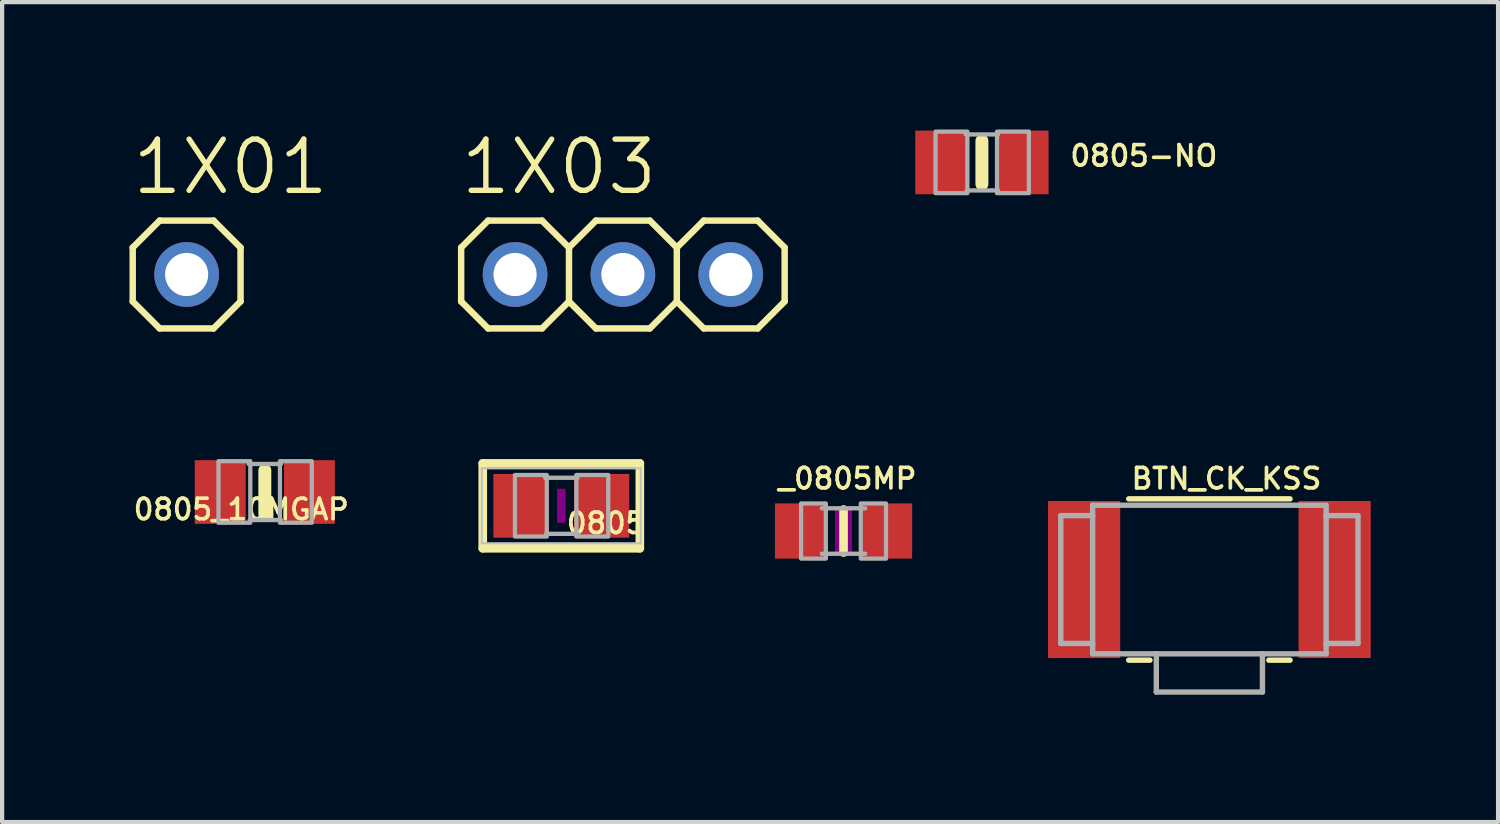
<source format=kicad_pcb>
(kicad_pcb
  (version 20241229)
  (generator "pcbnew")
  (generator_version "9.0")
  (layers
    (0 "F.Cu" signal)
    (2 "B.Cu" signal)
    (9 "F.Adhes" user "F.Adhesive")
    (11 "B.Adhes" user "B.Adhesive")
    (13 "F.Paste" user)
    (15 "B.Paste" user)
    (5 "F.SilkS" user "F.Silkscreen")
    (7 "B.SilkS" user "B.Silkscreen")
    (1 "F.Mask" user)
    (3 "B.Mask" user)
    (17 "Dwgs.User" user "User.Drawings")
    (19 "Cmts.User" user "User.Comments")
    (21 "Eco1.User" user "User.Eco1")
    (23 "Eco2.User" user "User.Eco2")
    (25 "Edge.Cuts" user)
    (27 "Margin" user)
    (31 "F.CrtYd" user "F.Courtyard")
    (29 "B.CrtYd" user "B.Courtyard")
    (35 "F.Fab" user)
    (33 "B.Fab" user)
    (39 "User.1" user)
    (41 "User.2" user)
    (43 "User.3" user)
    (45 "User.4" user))
  (footprint "0805"
    (layer "F.Cu")
    (at 10.171 8.864)
    (property "Reference" "0805" (at 2.032 0.127 0) (layer "F.SilkS") (effects (font (size 0.483 0.483) (thickness 0.087)) (justify right top)))
    (attr through_hole)
    (fp_line (start -1.85 -1) (end 1.85 -1) (stroke (width 0.203) (type solid)) (layer "F.SilkS"))
    (fp_line (start -1.85 1) (end -1.85 -1) (stroke (width 0.203) (type solid)) (layer "F.SilkS"))
    (fp_line (start 1.85 -1) (end 1.85 1) (stroke (width 0.203) (type solid)) (layer "F.SilkS"))
    (fp_line (start 1.85 1) (end -1.85 1) (stroke (width 0.203) (type solid)) (layer "F.SilkS"))
    (fp_poly (pts (xy -0.1 0.4) (xy 0.1 0.4) (xy 0.1 -0.4) (xy -0.1 -0.4)) (stroke (width 0) (type solid)) (fill yes) (layer "F.Adhes"))
    (fp_line (start -1.873 -0.883) (end 1.873 -0.883) (stroke (width 0.051) (type solid)) (layer "Dwgs.User"))
    (fp_line (start -1.873 0.883) (end -1.873 -0.883) (stroke (width 0.051) (type solid)) (layer "Dwgs.User"))
    (fp_line (start 1.873 -0.883) (end 1.873 0.883) (stroke (width 0.051) (type solid)) (layer "Dwgs.User"))
    (fp_line (start 1.873 0.883) (end -1.873 0.883) (stroke (width 0.051) (type solid)) (layer "Dwgs.User"))
    (fp_line (start -0.381 -0.66) (end 0.381 -0.66) (stroke (width 0.102) (type solid)) (layer "F.Fab"))
    (fp_line (start -0.356 0.66) (end 0.381 0.66) (stroke (width 0.102) (type solid)) (layer "F.Fab"))
    (fp_poly (pts (xy -1.092 0.724) (xy -0.342 0.724) (xy -0.342 -0.726) (xy -1.092 -0.726)) (stroke (width 0.1) (type solid)) (fill no) (layer "F.Fab"))
    (fp_poly (pts (xy 0.356 0.724) (xy 1.106 0.724) (xy 1.106 -0.726) (xy 0.356 -0.726)) (stroke (width 0.1) (type solid)) (fill no) (layer "F.Fab"))
    (pad "1" smd rect (at -0.95 0) (size 1.3 1.5) (layers "F.Cu" "F.Mask" "F.Paste"))
    (pad "2" smd rect (at 0.95 0) (size 1.3 1.5) (layers "F.Cu" "F.Mask" "F.Paste")))
  (footprint "0805_10MGAP"
    (layer "F.Cu")
    (at 3.188 8.539)
    (property "Reference" "0805_10MGAP" (at 2.032 0.127 0) (layer "F.SilkS") (effects (font (size 0.483 0.483) (thickness 0.087)) (justify right top)))
    (attr through_hole)
    (fp_line (start 0 -0.508) (end 0 0.508) (stroke (width 0.305) (type solid)) (layer "F.SilkS"))
    (fp_line (start -0.381 -0.66) (end 0.381 -0.66) (stroke (width 0.102) (type solid)) (layer "F.Fab"))
    (fp_line (start -0.356 0.66) (end 0.381 0.66) (stroke (width 0.102) (type solid)) (layer "F.Fab"))
    (fp_poly (pts (xy -1.092 0.724) (xy -0.342 0.724) (xy -0.342 -0.726) (xy -1.092 -0.726)) (stroke (width 0.1) (type solid)) (fill no) (layer "F.Fab"))
    (fp_poly (pts (xy 0.356 0.724) (xy 1.106 0.724) (xy 1.106 -0.726) (xy 0.356 -0.726)) (stroke (width 0.1) (type solid)) (fill no) (layer "F.Fab"))
    (pad "1" smd rect (at -1.05 0) (size 1.2 1.5) (layers "F.Cu" "F.Mask" "F.Paste"))
    (pad "2" smd rect (at 1.05 0) (size 1.2 1.5) (layers "F.Cu" "F.Mask" "F.Paste")))
  (footprint "1X03"
    (layer "F.Cu")
    (at 11.622 3.416)
    (property "Reference" "1X03" (at -3.886 -1.829 0) (layer "F.SilkS") (effects (font (size 1.206 1.206) (thickness 0.127)) (justify left bottom)))
    (attr through_hole)
    (fp_line (start -3.81 -0.635) (end -3.81 0.635) (stroke (width 0.152) (type solid)) (layer "F.SilkS"))
    (fp_line (start -3.81 0.635) (end -3.175 1.27) (stroke (width 0.152) (type solid)) (layer "F.SilkS"))
    (fp_line (start -3.175 -1.27) (end -3.81 -0.635) (stroke (width 0.152) (type solid)) (layer "F.SilkS"))
    (fp_line (start -3.175 -1.27) (end -1.905 -1.27) (stroke (width 0.152) (type solid)) (layer "F.SilkS"))
    (fp_line (start -1.905 -1.27) (end -1.27 -0.635) (stroke (width 0.152) (type solid)) (layer "F.SilkS"))
    (fp_line (start -1.905 1.27) (end -3.175 1.27) (stroke (width 0.152) (type solid)) (layer "F.SilkS"))
    (fp_line (start -1.27 -0.635) (end -1.27 0.635) (stroke (width 0.152) (type solid)) (layer "F.SilkS"))
    (fp_line (start -1.27 -0.635) (end -0.635 -1.27) (stroke (width 0.152) (type solid)) (layer "F.SilkS"))
    (fp_line (start -1.27 0.635) (end -1.905 1.27) (stroke (width 0.152) (type solid)) (layer "F.SilkS"))
    (fp_line (start -0.635 -1.27) (end 0.635 -1.27) (stroke (width 0.152) (type solid)) (layer "F.SilkS"))
    (fp_line (start -0.635 1.27) (end -1.27 0.635) (stroke (width 0.152) (type solid)) (layer "F.SilkS"))
    (fp_line (start 0.635 -1.27) (end 1.27 -0.635) (stroke (width 0.152) (type solid)) (layer "F.SilkS"))
    (fp_line (start 0.635 1.27) (end -0.635 1.27) (stroke (width 0.152) (type solid)) (layer "F.SilkS"))
    (fp_line (start 1.27 -0.635) (end 1.27 0.635) (stroke (width 0.152) (type solid)) (layer "F.SilkS"))
    (fp_line (start 1.27 -0.635) (end 1.905 -1.27) (stroke (width 0.152) (type solid)) (layer "F.SilkS"))
    (fp_line (start 1.27 0.635) (end 0.635 1.27) (stroke (width 0.152) (type solid)) (layer "F.SilkS"))
    (fp_line (start 1.905 -1.27) (end 3.175 -1.27) (stroke (width 0.152) (type solid)) (layer "F.SilkS"))
    (fp_line (start 1.905 1.27) (end 1.27 0.635) (stroke (width 0.152) (type solid)) (layer "F.SilkS"))
    (fp_line (start 3.175 -1.27) (end 3.81 -0.635) (stroke (width 0.152) (type solid)) (layer "F.SilkS"))
    (fp_line (start 3.175 1.27) (end 1.905 1.27) (stroke (width 0.152) (type solid)) (layer "F.SilkS"))
    (fp_line (start 3.81 -0.635) (end 3.81 0.635) (stroke (width 0.152) (type solid)) (layer "F.SilkS"))
    (fp_line (start 3.81 0.635) (end 3.175 1.27) (stroke (width 0.152) (type solid)) (layer "F.SilkS"))
    (fp_poly (pts (xy -2.794 0.254) (xy -2.286 0.254) (xy -2.286 -0.254) (xy -2.794 -0.254)) (stroke (width 0.1) (type solid)) (fill no) (layer "F.Fab"))
    (fp_poly (pts (xy -0.254 0.254) (xy 0.254 0.254) (xy 0.254 -0.254) (xy -0.254 -0.254)) (stroke (width 0.1) (type solid)) (fill no) (layer "F.Fab"))
    (fp_poly (pts (xy 2.286 0.254) (xy 2.794 0.254) (xy 2.794 -0.254) (xy 2.286 -0.254)) (stroke (width 0.1) (type solid)) (fill no) (layer "F.Fab"))
    (pad "1" thru_hole circle (at -2.54 0 90) (size 1.524 1.524) (drill 1.016) (layers "*.Cu" "*.Mask"))
    (pad "2" thru_hole circle (at 0 0 90) (size 1.524 1.524) (drill 1.016) (layers "*.Cu" "*.Mask"))
    (pad "3" thru_hole circle (at 2.54 0 90) (size 1.524 1.524) (drill 1.016) (layers "*.Cu" "*.Mask")))
  (footprint "_0805MP"
    (layer "F.Cu")
    (at 16.819 9.458)
    (property "Reference" "_0805MP" (at -1.587 -0.953 0) (layer "F.SilkS") (effects (font (size 0.483 0.483) (thickness 0.087)) (justify left bottom)))
    (attr through_hole)
    (fp_line (start 0 -0.508) (end 0 0.508) (stroke (width 0.203) (type solid)) (layer "F.SilkS"))
    (fp_poly (pts (xy -0.2 0.5) (xy 0.2 0.5) (xy 0.2 -0.5) (xy -0.2 -0.5)) (stroke (width 0) (type solid)) (fill yes) (layer "F.Adhes"))
    (fp_line (start -0.51 -0.535) (end 0.51 -0.535) (stroke (width 0.102) (type solid)) (layer "F.Fab"))
    (fp_line (start -0.51 0.535) (end 0.51 0.535) (stroke (width 0.102) (type solid)) (layer "F.Fab"))
    (fp_poly (pts (xy -1 0.65) (xy -0.417 0.65) (xy -0.417 -0.65) (xy -1 -0.65)) (stroke (width 0.1) (type solid)) (fill no) (layer "F.Fab"))
    (fp_poly (pts (xy 0.406 0.65) (xy 1 0.65) (xy 1 -0.65) (xy 0.406 -0.65)) (stroke (width 0.1) (type solid)) (fill no) (layer "F.Fab"))
    (pad "1" smd rect (at -1.016 0) (size 1.2 1.3) (layers "F.Cu" "F.Mask" "F.Paste"))
    (pad "2" smd rect (at 1.016 0) (size 1.2 1.3) (layers "F.Cu" "F.Mask" "F.Paste")))
  (footprint "1X01"
    (layer "F.Cu")
    (at 1.346 3.416)
    (property "Reference" "1X01" (at -1.346 -1.829 0) (layer "F.SilkS") (effects (font (size 1.206 1.206) (thickness 0.127)) (justify left bottom)))
    (attr through_hole)
    (fp_line (start -1.27 -0.635) (end -1.27 0.635) (stroke (width 0.152) (type solid)) (layer "F.SilkS"))
    (fp_line (start -1.27 0.635) (end -0.635 1.27) (stroke (width 0.152) (type solid)) (layer "F.SilkS"))
    (fp_line (start -0.635 -1.27) (end -1.27 -0.635) (stroke (width 0.152) (type solid)) (layer "F.SilkS"))
    (fp_line (start -0.635 -1.27) (end 0.635 -1.27) (stroke (width 0.152) (type solid)) (layer "F.SilkS"))
    (fp_line (start 0.635 -1.27) (end 1.27 -0.635) (stroke (width 0.152) (type solid)) (layer "F.SilkS"))
    (fp_line (start 0.635 1.27) (end -0.635 1.27) (stroke (width 0.152) (type solid)) (layer "F.SilkS"))
    (fp_line (start 1.27 -0.635) (end 1.27 0.635) (stroke (width 0.152) (type solid)) (layer "F.SilkS"))
    (fp_line (start 1.27 0.635) (end 0.635 1.27) (stroke (width 0.152) (type solid)) (layer "F.SilkS"))
    (fp_poly (pts (xy -0.254 0.254) (xy 0.254 0.254) (xy 0.254 -0.254) (xy -0.254 -0.254)) (stroke (width 0.1) (type solid)) (fill no) (layer "F.Fab"))
    (pad "1" thru_hole circle (at 0 0) (size 1.524 1.524) (drill 1.016) (layers "*.Cu" "*.Mask")))
  (footprint "0805-NO"
    (layer "F.Cu")
    (at 20.078 0.776)
    (property "Reference" "0805-NO" (at 2.032 0.127 0) (layer "F.SilkS") (effects (font (size 0.483 0.483) (thickness 0.087)) (justify left bottom)))
    (attr through_hole)
    (fp_line (start 0 -0.508) (end 0 0.508) (stroke (width 0.305) (type solid)) (layer "F.SilkS"))
    (fp_line (start -0.381 -0.66) (end 0.381 -0.66) (stroke (width 0.102) (type solid)) (layer "F.Fab"))
    (fp_line (start -0.356 0.66) (end 0.381 0.66) (stroke (width 0.102) (type solid)) (layer "F.Fab"))
    (fp_poly (pts (xy -1.092 0.724) (xy -0.342 0.724) (xy -0.342 -0.726) (xy -1.092 -0.726)) (stroke (width 0.1) (type solid)) (fill no) (layer "F.Fab"))
    (fp_poly (pts (xy 0.356 0.724) (xy 1.106 0.724) (xy 1.106 -0.726) (xy 0.356 -0.726)) (stroke (width 0.1) (type solid)) (fill no) (layer "F.Fab"))
    (pad "1" smd rect (at -0.95 0) (size 1.24 1.5) (layers "F.Cu" "F.Mask" "F.Paste"))
    (pad "2" smd rect (at 0.95 0) (size 1.24 1.5) (layers "F.Cu" "F.Mask" "F.Paste")))
  (footprint "BTN_CK_KSS"
    (layer "F.Cu")
    (at 25.436 10.6)
    (property "Reference" "BTN_CK_KSS" (at -1.886 -2.094 0) (layer "F.SilkS") (effects (font (size 0.483 0.483) (thickness 0.087)) (justify left bottom)))
    (attr through_hole)
    (fp_line (start -1.9 -1.9) (end 1.9 -1.9) (stroke (width 0.127) (type solid)) (layer "F.SilkS"))
    (fp_line (start -1.9 1.9) (end -1.4 1.9) (stroke (width 0.127) (type solid)) (layer "F.SilkS"))
    (fp_line (start 1.4 1.9) (end 1.9 1.9) (stroke (width 0.127) (type solid)) (layer "F.SilkS"))
    (fp_line (start -3.5 -1.505) (end -2.75 -1.505) (stroke (width 0.127) (type solid)) (layer "F.Fab"))
    (fp_line (start -3.5 1.505) (end -3.5 -1.505) (stroke (width 0.127) (type solid)) (layer "F.Fab"))
    (fp_line (start -2.75 -1.75) (end 2.75 -1.75) (stroke (width 0.127) (type solid)) (layer "F.Fab"))
    (fp_line (start -2.75 -1.505) (end -2.75 -1.75) (stroke (width 0.127) (type solid)) (layer "F.Fab"))
    (fp_line (start -2.75 1.505) (end -3.5 1.505) (stroke (width 0.127) (type solid)) (layer "F.Fab"))
    (fp_line (start -2.75 1.505) (end -2.75 -1.505) (stroke (width 0.127) (type solid)) (layer "F.Fab"))
    (fp_line (start -2.75 1.75) (end -2.75 1.505) (stroke (width 0.127) (type solid)) (layer "F.Fab"))
    (fp_line (start -1.25 1.75) (end -2.75 1.75) (stroke (width 0.127) (type solid)) (layer "F.Fab"))
    (fp_line (start -1.25 2.65) (end -1.25 1.75) (stroke (width 0.127) (type solid)) (layer "F.Fab"))
    (fp_line (start -1.25 2.65) (end 1.25 2.65) (stroke (width 0.127) (type solid)) (layer "F.Fab"))
    (fp_line (start 1.25 1.75) (end -1.25 1.75) (stroke (width 0.127) (type solid)) (layer "F.Fab"))
    (fp_line (start 1.25 2.65) (end 1.25 1.75) (stroke (width 0.127) (type solid)) (layer "F.Fab"))
    (fp_line (start 2.75 -1.75) (end 2.75 -1.505) (stroke (width 0.127) (type solid)) (layer "F.Fab"))
    (fp_line (start 2.75 -1.505) (end 2.75 1.505) (stroke (width 0.127) (type solid)) (layer "F.Fab"))
    (fp_line (start 2.75 -1.505) (end 3.5 -1.505) (stroke (width 0.127) (type solid)) (layer "F.Fab"))
    (fp_line (start 2.75 1.505) (end 2.75 1.75) (stroke (width 0.127) (type solid)) (layer "F.Fab"))
    (fp_line (start 2.75 1.75) (end 1.25 1.75) (stroke (width 0.127) (type solid)) (layer "F.Fab"))
    (fp_line (start 3.5 -1.505) (end 3.5 1.505) (stroke (width 0.127) (type solid)) (layer "F.Fab"))
    (fp_line (start 3.5 1.505) (end 2.75 1.505) (stroke (width 0.127) (type solid)) (layer "F.Fab"))
    (pad "P$1" smd rect (at -2.95 0) (size 1.7 3.7) (layers "F.Cu" "F.Mask" "F.Paste"))
    (pad "P$2" smd rect (at 2.95 0) (size 1.7 3.7) (layers "F.Cu" "F.Mask" "F.Paste")))
  (gr_rect
    (start -3 -3)
    (end 32.236 16.313)
    (stroke (width 0.1) (type default))
    (fill no)
    (layer "Edge.Cuts")))
</source>
